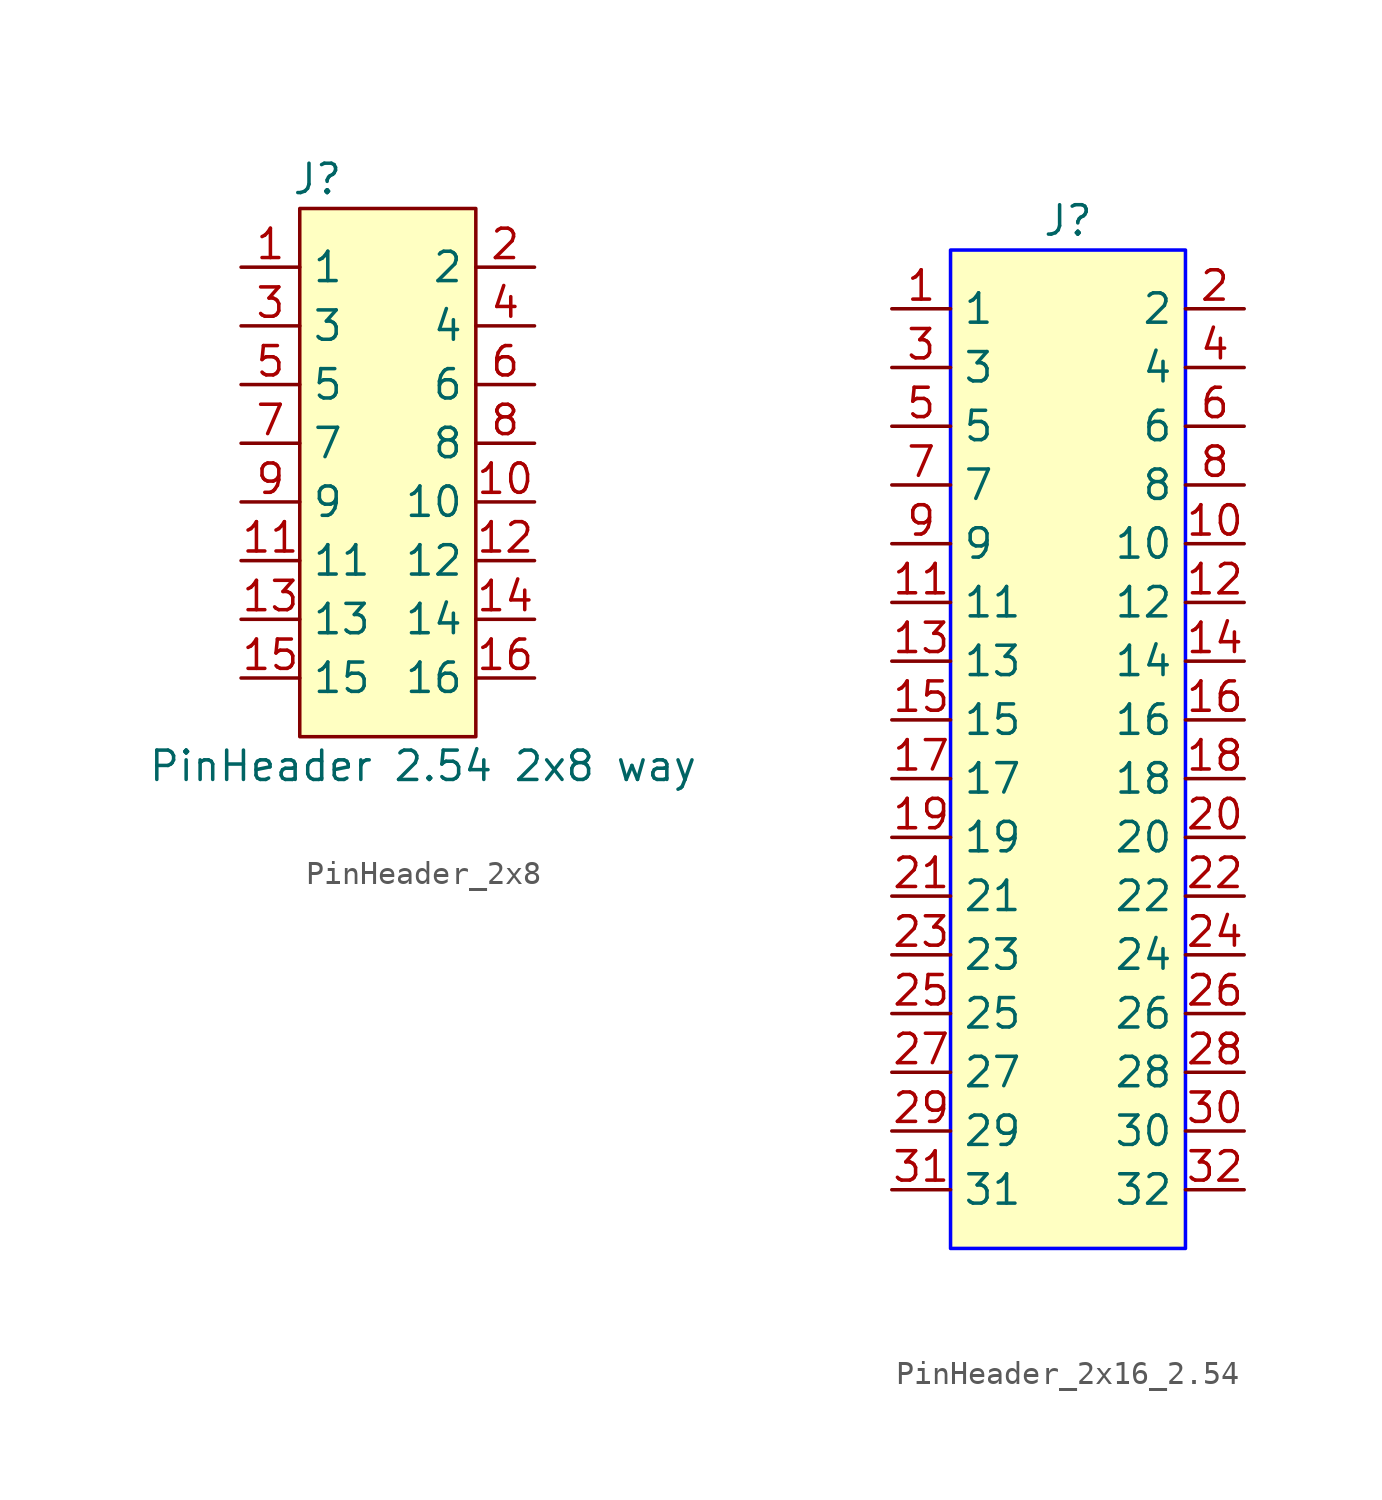
<source format=kicad_sym>
(kicad_symbol_lib
  (version 20230620)
  (generator kicad_symbol_editor)
  (symbol "PinHeader_2x8"
    (property "Reference" "J"
      (at -1.778 1.27 0)
      (effects (font (size 1.27 1.27))))
    (property "Value" "PinHeader 2.54 2x8 way"
      (at 2.794 -24.13 0)
      (effects (font (size 1.27 1.27))))
    (symbol "PinHeader_2x8_1_1"
      (rectangle (start -2.54 0) (end 5.08 -22.86) (stroke (width 0) (type default)) (fill (type color) (color 255 255 194 1)))
      (pin bidirectional line (at -5.08 -2.54 0) (length 2.54) (name "1" (effects (font (size 1.27 1.27)))) (number "1" (effects (font (size 1.27 1.27)))))
      (pin bidirectional line (at 7.62 -12.7 180) (length 2.54) (name "10" (effects (font (size 1.27 1.27)))) (number "10" (effects (font (size 1.27 1.27)))))
      (pin bidirectional line (at -5.08 -15.24 0) (length 2.54) (name "11" (effects (font (size 1.27 1.27)))) (number "11" (effects (font (size 1.27 1.27)))))
      (pin bidirectional line (at 7.62 -15.24 180) (length 2.54) (name "12" (effects (font (size 1.27 1.27)))) (number "12" (effects (font (size 1.27 1.27)))))
      (pin bidirectional line (at -5.08 -17.78 0) (length 2.54) (name "13" (effects (font (size 1.27 1.27)))) (number "13" (effects (font (size 1.27 1.27)))))
      (pin bidirectional line (at 7.62 -17.78 180) (length 2.54) (name "14" (effects (font (size 1.27 1.27)))) (number "14" (effects (font (size 1.27 1.27)))))
      (pin bidirectional line (at -5.08 -20.32 0) (length 2.54) (name "15" (effects (font (size 1.27 1.27)))) (number "15" (effects (font (size 1.27 1.27)))))
      (pin bidirectional line (at 7.62 -20.32 180) (length 2.54) (name "16" (effects (font (size 1.27 1.27)))) (number "16" (effects (font (size 1.27 1.27)))))
      (pin bidirectional line (at 7.62 -2.54 180) (length 2.54) (name "2" (effects (font (size 1.27 1.27)))) (number "2" (effects (font (size 1.27 1.27)))))
      (pin bidirectional line (at -5.08 -5.08 0) (length 2.54) (name "3" (effects (font (size 1.27 1.27)))) (number "3" (effects (font (size 1.27 1.27)))))
      (pin bidirectional line (at 7.62 -5.08 180) (length 2.54) (name "4" (effects (font (size 1.27 1.27)))) (number "4" (effects (font (size 1.27 1.27)))))
      (pin bidirectional line (at -5.08 -7.62 0) (length 2.54) (name "5" (effects (font (size 1.27 1.27)))) (number "5" (effects (font (size 1.27 1.27)))))
      (pin bidirectional line (at 7.62 -7.62 180) (length 2.54) (name "6" (effects (font (size 1.27 1.27)))) (number "6" (effects (font (size 1.27 1.27)))))
      (pin bidirectional line (at -5.08 -10.16 0) (length 2.54) (name "7" (effects (font (size 1.27 1.27)))) (number "7" (effects (font (size 1.27 1.27)))))
      (pin bidirectional line (at 7.62 -10.16 180) (length 2.54) (name "8" (effects (font (size 1.27 1.27)))) (number "8" (effects (font (size 1.27 1.27)))))
      (pin bidirectional line (at -5.08 -12.7 0) (length 2.54) (name "9" (effects (font (size 1.27 1.27)))) (number "9" (effects (font (size 1.27 1.27)))))))
  (symbol "PinHeader_2x16_2.54"
    (property "Reference" "J"
      (at 0 0 0)
      (effects (font (size 1.27 1.27))))
    (property "Value" ""
      (at 0 0 0)
      (effects (font (size 1.27 1.27))))
    (symbol "PinHeader_2x16_2.54_1_1"
      (rectangle (start -5.08 -1.27) (end 5.08 -44.45) (stroke (width 0) (type solid) (color 0 0 255 1)) (fill (type color) (color 255 255 194 1)))
      (pin bidirectional line (at -7.62 -3.81 0) (length 2.54) (name "1" (effects (font (size 1.27 1.27)))) (number "1" (effects (font (size 1.27 1.27)))))
      (pin bidirectional line (at 7.62 -13.97 180) (length 2.54) (name "10" (effects (font (size 1.27 1.27)))) (number "10" (effects (font (size 1.27 1.27)))))
      (pin bidirectional line (at -7.62 -16.51 0) (length 2.54) (name "11" (effects (font (size 1.27 1.27)))) (number "11" (effects (font (size 1.27 1.27)))))
      (pin bidirectional line (at 7.62 -16.51 180) (length 2.54) (name "12" (effects (font (size 1.27 1.27)))) (number "12" (effects (font (size 1.27 1.27)))))
      (pin bidirectional line (at -7.62 -19.05 0) (length 2.54) (name "13" (effects (font (size 1.27 1.27)))) (number "13" (effects (font (size 1.27 1.27)))))
      (pin bidirectional line (at 7.62 -19.05 180) (length 2.54) (name "14" (effects (font (size 1.27 1.27)))) (number "14" (effects (font (size 1.27 1.27)))))
      (pin bidirectional line (at -7.62 -21.59 0) (length 2.54) (name "15" (effects (font (size 1.27 1.27)))) (number "15" (effects (font (size 1.27 1.27)))))
      (pin bidirectional line (at 7.62 -21.59 180) (length 2.54) (name "16" (effects (font (size 1.27 1.27)))) (number "16" (effects (font (size 1.27 1.27)))))
      (pin bidirectional line (at -7.62 -24.13 0) (length 2.54) (name "17" (effects (font (size 1.27 1.27)))) (number "17" (effects (font (size 1.27 1.27)))))
      (pin bidirectional line (at 7.62 -24.13 180) (length 2.54) (name "18" (effects (font (size 1.27 1.27)))) (number "18" (effects (font (size 1.27 1.27)))))
      (pin bidirectional line (at -7.62 -26.67 0) (length 2.54) (name "19" (effects (font (size 1.27 1.27)))) (number "19" (effects (font (size 1.27 1.27)))))
      (pin bidirectional line (at 7.62 -3.81 180) (length 2.54) (name "2" (effects (font (size 1.27 1.27)))) (number "2" (effects (font (size 1.27 1.27)))))
      (pin bidirectional line (at 7.62 -26.67 180) (length 2.54) (name "20" (effects (font (size 1.27 1.27)))) (number "20" (effects (font (size 1.27 1.27)))))
      (pin bidirectional line (at -7.62 -29.21 0) (length 2.54) (name "21" (effects (font (size 1.27 1.27)))) (number "21" (effects (font (size 1.27 1.27)))))
      (pin bidirectional line (at 7.62 -29.21 180) (length 2.54) (name "22" (effects (font (size 1.27 1.27)))) (number "22" (effects (font (size 1.27 1.27)))))
      (pin bidirectional line (at -7.62 -31.75 0) (length 2.54) (name "23" (effects (font (size 1.27 1.27)))) (number "23" (effects (font (size 1.27 1.27)))))
      (pin bidirectional line (at 7.62 -31.75 180) (length 2.54) (name "24" (effects (font (size 1.27 1.27)))) (number "24" (effects (font (size 1.27 1.27)))))
      (pin bidirectional line (at -7.62 -34.29 0) (length 2.54) (name "25" (effects (font (size 1.27 1.27)))) (number "25" (effects (font (size 1.27 1.27)))))
      (pin bidirectional line (at 7.62 -34.29 180) (length 2.54) (name "26" (effects (font (size 1.27 1.27)))) (number "26" (effects (font (size 1.27 1.27)))))
      (pin bidirectional line (at -7.62 -36.83 0) (length 2.54) (name "27" (effects (font (size 1.27 1.27)))) (number "27" (effects (font (size 1.27 1.27)))))
      (pin bidirectional line (at 7.62 -36.83 180) (length 2.54) (name "28" (effects (font (size 1.27 1.27)))) (number "28" (effects (font (size 1.27 1.27)))))
      (pin bidirectional line (at -7.62 -39.37 0) (length 2.54) (name "29" (effects (font (size 1.27 1.27)))) (number "29" (effects (font (size 1.27 1.27)))))
      (pin bidirectional line (at -7.62 -6.35 0) (length 2.54) (name "3" (effects (font (size 1.27 1.27)))) (number "3" (effects (font (size 1.27 1.27)))))
      (pin bidirectional line (at 7.62 -39.37 180) (length 2.54) (name "30" (effects (font (size 1.27 1.27)))) (number "30" (effects (font (size 1.27 1.27)))))
      (pin bidirectional line (at -7.62 -41.91 0) (length 2.54) (name "31" (effects (font (size 1.27 1.27)))) (number "31" (effects (font (size 1.27 1.27)))))
      (pin bidirectional line (at 7.62 -41.91 180) (length 2.54) (name "32" (effects (font (size 1.27 1.27)))) (number "32" (effects (font (size 1.27 1.27)))))
      (pin bidirectional line (at 7.62 -6.35 180) (length 2.54) (name "4" (effects (font (size 1.27 1.27)))) (number "4" (effects (font (size 1.27 1.27)))))
      (pin bidirectional line (at -7.62 -8.89 0) (length 2.54) (name "5" (effects (font (size 1.27 1.27)))) (number "5" (effects (font (size 1.27 1.27)))))
      (pin bidirectional line (at 7.62 -8.89 180) (length 2.54) (name "6" (effects (font (size 1.27 1.27)))) (number "6" (effects (font (size 1.27 1.27)))))
      (pin bidirectional line (at -7.62 -11.43 0) (length 2.54) (name "7" (effects (font (size 1.27 1.27)))) (number "7" (effects (font (size 1.27 1.27)))))
      (pin bidirectional line (at 7.62 -11.43 180) (length 2.54) (name "8" (effects (font (size 1.27 1.27)))) (number "8" (effects (font (size 1.27 1.27)))))
      (pin bidirectional line (at -7.62 -13.97 0) (length 2.54) (name "9" (effects (font (size 1.27 1.27)))) (number "9" (effects (font (size 1.27 1.27))))))))
</source>
